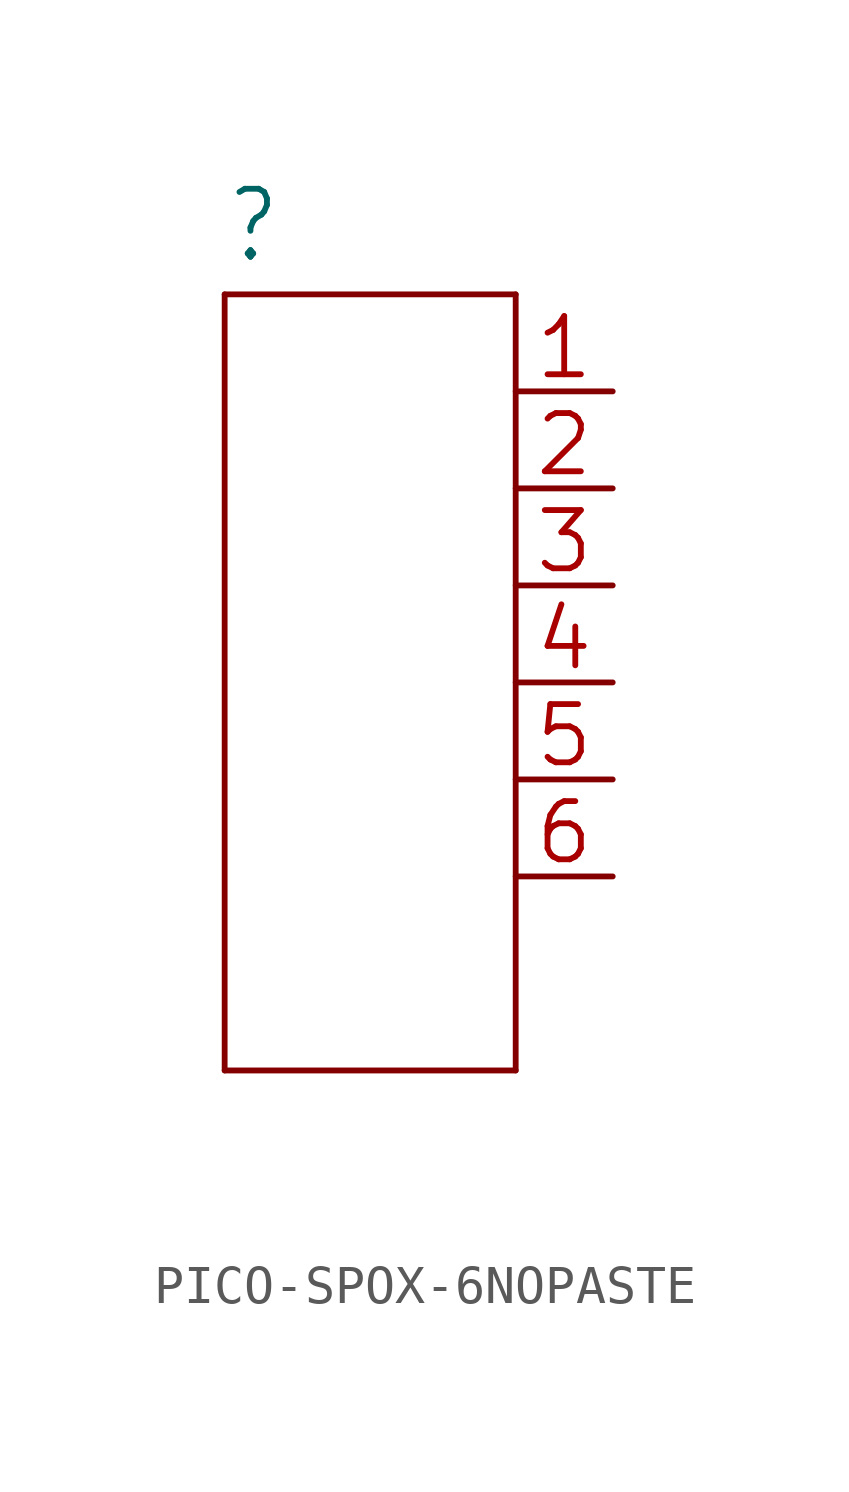
<source format=kicad_sym>
(kicad_symbol_lib
  (version 20241209)
  (generator "kicad_symbol_editor")
  (generator_version "9.0")
  (symbol "PICO-SPOX-6NOPASTE"
    (property "Reference" ""
      (at -5.08 10.922 0)
      (effects (font (size 1.778 1.511)) (justify left bottom)))
    (property "Value" ""
      (at -5.08 -12.446 0)
      (effects (font (size 1.778 1.511)) (justify left bottom)))
    (property "ki_locked" ""
      (at 0 0 0)
      (effects (font (size 1.27 1.27))))
    (symbol "PICO-SPOX-6NOPASTE_1_0"
      (polyline (pts (xy -5.08 10.16) (xy -5.08 -10.16)) (stroke (width 0.152) (type solid)) (fill (type none)))
      (polyline (pts (xy -5.08 -10.16) (xy 2.54 -10.16)) (stroke (width 0.152) (type solid)) (fill (type none)))
      (polyline (pts (xy 2.54 10.16) (xy -5.08 10.16)) (stroke (width 0.152) (type solid)) (fill (type none)))
      (polyline (pts (xy 2.54 -10.16) (xy 2.54 10.16)) (stroke (width 0.152) (type solid)) (fill (type none)))
      (pin passive line (at 5.08 7.62 180) (length 2.54) (name "1" (effects (font (size 0 0)))) (number "1" (effects (font (size 1.524 1.524)))))
      (pin passive line (at 5.08 5.08 180) (length 2.54) (name "2" (effects (font (size 0 0)))) (number "2" (effects (font (size 1.524 1.524)))))
      (pin passive line (at 5.08 2.54 180) (length 2.54) (name "3" (effects (font (size 0 0)))) (number "3" (effects (font (size 1.524 1.524)))))
      (pin passive line (at 5.08 0 180) (length 2.54) (name "4" (effects (font (size 0 0)))) (number "4" (effects (font (size 1.524 1.524)))))
      (pin passive line (at 5.08 -2.54 180) (length 2.54) (name "5" (effects (font (size 0 0)))) (number "5" (effects (font (size 1.524 1.524)))))
      (pin passive line (at 5.08 -5.08 180) (length 2.54) (name "6" (effects (font (size 0 0)))) (number "6" (effects (font (size 1.524 1.524))))))))
</source>
